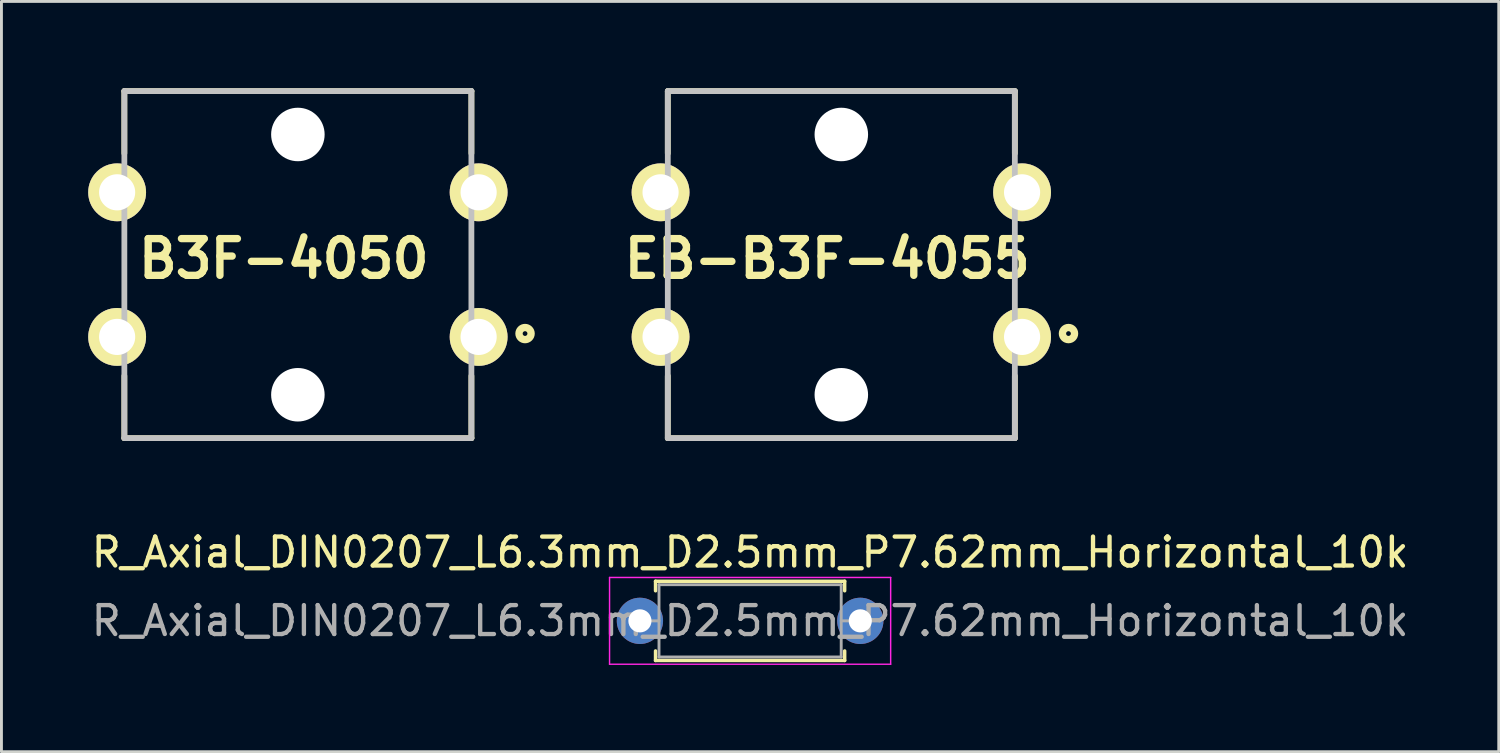
<source format=kicad_pcb>
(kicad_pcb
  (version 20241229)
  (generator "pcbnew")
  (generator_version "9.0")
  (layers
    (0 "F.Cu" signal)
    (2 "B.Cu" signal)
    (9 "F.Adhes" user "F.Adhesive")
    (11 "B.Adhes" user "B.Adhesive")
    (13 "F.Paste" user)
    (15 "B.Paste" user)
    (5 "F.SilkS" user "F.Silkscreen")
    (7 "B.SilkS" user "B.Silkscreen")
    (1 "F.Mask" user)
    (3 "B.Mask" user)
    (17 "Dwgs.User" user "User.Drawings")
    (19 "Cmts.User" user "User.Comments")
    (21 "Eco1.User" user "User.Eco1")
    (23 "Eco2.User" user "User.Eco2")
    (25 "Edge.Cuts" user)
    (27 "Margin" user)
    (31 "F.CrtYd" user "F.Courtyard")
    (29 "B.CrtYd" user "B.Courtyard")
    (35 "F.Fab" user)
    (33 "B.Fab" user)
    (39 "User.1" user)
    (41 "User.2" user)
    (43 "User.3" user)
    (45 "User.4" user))
  (footprint "R_Axial_DIN0207_L6.3mm_D2.5mm_P7.62mm_Horizontal_10k"
    (layer "F.Cu")
    (at 19.077 18.418)
    (property "Reference" "R_Axial_DIN0207_L6.3mm_D2.5mm_P7.62mm_Horizontal_10k" (at 3.81 -2.37 0) (layer "F.SilkS") (effects (font (size 1 1) (thickness 0.15))))
    (attr through_hole)
    (fp_line (start 0.54 -1.37) (end 7.08 -1.37) (stroke (width 0.12) (type solid)) (layer "F.SilkS"))
    (fp_line (start 0.54 -1.04) (end 0.54 -1.37) (stroke (width 0.12) (type solid)) (layer "F.SilkS"))
    (fp_line (start 0.54 1.04) (end 0.54 1.37) (stroke (width 0.12) (type solid)) (layer "F.SilkS"))
    (fp_line (start 0.54 1.37) (end 7.08 1.37) (stroke (width 0.12) (type solid)) (layer "F.SilkS"))
    (fp_line (start 7.08 -1.37) (end 7.08 -1.04) (stroke (width 0.12) (type solid)) (layer "F.SilkS"))
    (fp_line (start 7.08 1.37) (end 7.08 1.04) (stroke (width 0.12) (type solid)) (layer "F.SilkS"))
    (fp_line (start -1.05 -1.5) (end -1.05 1.5) (stroke (width 0.05) (type solid)) (layer "F.CrtYd"))
    (fp_line (start -1.05 1.5) (end 8.67 1.5) (stroke (width 0.05) (type solid)) (layer "F.CrtYd"))
    (fp_line (start 8.67 -1.5) (end -1.05 -1.5) (stroke (width 0.05) (type solid)) (layer "F.CrtYd"))
    (fp_line (start 8.67 1.5) (end 8.67 -1.5) (stroke (width 0.05) (type solid)) (layer "F.CrtYd"))
    (fp_line (start 0 0) (end 0.66 0) (stroke (width 0.1) (type solid)) (layer "F.Fab"))
    (fp_line (start 0.66 -1.25) (end 0.66 1.25) (stroke (width 0.1) (type solid)) (layer "F.Fab"))
    (fp_line (start 0.66 1.25) (end 6.96 1.25) (stroke (width 0.1) (type solid)) (layer "F.Fab"))
    (fp_line (start 6.96 -1.25) (end 0.66 -1.25) (stroke (width 0.1) (type solid)) (layer "F.Fab"))
    (fp_line (start 6.96 1.25) (end 6.96 -1.25) (stroke (width 0.1) (type solid)) (layer "F.Fab"))
    (fp_line (start 7.62 0) (end 6.96 0) (stroke (width 0.1) (type solid)) (layer "F.Fab"))
    (fp_text user "${REFERENCE}" (at 3.81 0 0) (layer "F.Fab") (effects (font (size 1 1) (thickness 0.15))))
    (pad "1" thru_hole circle (at 0 0) (size 1.6 1.6) (drill 0.8) (layers "*.Cu" "*.Mask"))
    (pad "2" thru_hole oval (at 7.62 0) (size 1.6 1.6) (drill 0.8) (layers "*.Cu" "*.Mask")))
  (footprint "B3F-4050"
    (layer "F.Cu")
    (at 7.25 6.1)
    (property "Reference" "B3F-4050" (at -0.488 -0.204 0) (layer "F.SilkS") (effects (font (size 1.27 1.27) (thickness 0.254))))
    (attr through_hole)
    (fp_line (start -6 -6) (end -6 -3.849) (stroke (width 0.2) (type solid)) (layer "F.SilkS"))
    (fp_line (start -6 -6) (end 6 -6) (stroke (width 0.2) (type solid)) (layer "F.SilkS"))
    (fp_line (start -6 6) (end -6 3.849) (stroke (width 0.2) (type solid)) (layer "F.SilkS"))
    (fp_line (start 6 -6) (end 6 -3.849) (stroke (width 0.2) (type solid)) (layer "F.SilkS"))
    (fp_line (start 6 6) (end -6 6) (stroke (width 0.2) (type solid)) (layer "F.SilkS"))
    (fp_line (start 6 6) (end 6 3.849) (stroke (width 0.2) (type solid)) (layer "F.SilkS"))
    (fp_circle (center 7.855 2.384) (end 7.773 2.384) (stroke (width 0.254) (type solid)) (fill no) (layer "F.SilkS"))
    (fp_line (start -6 -6) (end 6 -6) (stroke (width 0.2) (type solid)) (layer "Dwgs.User"))
    (fp_line (start -6 6) (end -6 -6) (stroke (width 0.2) (type solid)) (layer "Dwgs.User"))
    (fp_line (start 6 -6) (end 6 6) (stroke (width 0.2) (type solid)) (layer "Dwgs.User"))
    (fp_line (start 6 6) (end -6 6) (stroke (width 0.2) (type solid)) (layer "Dwgs.User"))
    (pad "" np_thru_hole circle (at 0 -4.5 90) (size 1.85 1.85) (drill 1.85) (layers "*.Cu" "*.Mask"))
    (pad "" np_thru_hole circle (at 0 4.5 90) (size 1.85 1.85) (drill 1.85) (layers "*.Cu" "*.Mask"))
    (pad "1" thru_hole circle (at 6.25 2.5 90) (size 2 2) (drill 1.25) (layers "*.Cu" "*.Mask" "F.SilkS"))
    (pad "2" thru_hole circle (at -6.25 2.5 90) (size 2 2) (drill 1.25) (layers "*.Cu" "*.Mask" "F.SilkS"))
    (pad "3" thru_hole circle (at 6.25 -2.5 90) (size 2 2) (drill 1.25) (layers "*.Cu" "*.Mask" "F.SilkS"))
    (pad "4" thru_hole circle (at -6.25 -2.5 90) (size 2 2) (drill 1.25) (layers "*.Cu" "*.Mask" "F.SilkS")))
  (footprint "EB-B3F-4055"
    (layer "F.Cu")
    (at 26.041 6.1)
    (property "Reference" "EB-B3F-4055" (at -0.488 -0.204 0) (layer "F.SilkS") (effects (font (size 1.27 1.27) (thickness 0.254))))
    (attr through_hole)
    (fp_line (start -6 -6) (end -6 -3.849) (stroke (width 0.2) (type solid)) (layer "F.SilkS"))
    (fp_line (start -6 -6) (end 6 -6) (stroke (width 0.2) (type solid)) (layer "F.SilkS"))
    (fp_line (start -6 6) (end -6 3.849) (stroke (width 0.2) (type solid)) (layer "F.SilkS"))
    (fp_line (start 6 -6) (end 6 -3.849) (stroke (width 0.2) (type solid)) (layer "F.SilkS"))
    (fp_line (start 6 6) (end -6 6) (stroke (width 0.2) (type solid)) (layer "F.SilkS"))
    (fp_line (start 6 6) (end 6 3.849) (stroke (width 0.2) (type solid)) (layer "F.SilkS"))
    (fp_circle (center 7.855 2.384) (end 7.773 2.384) (stroke (width 0.254) (type solid)) (fill no) (layer "F.SilkS"))
    (fp_line (start -6 -6) (end 6 -6) (stroke (width 0.2) (type solid)) (layer "Dwgs.User"))
    (fp_line (start -6 6) (end -6 -6) (stroke (width 0.2) (type solid)) (layer "Dwgs.User"))
    (fp_line (start 6 -6) (end 6 6) (stroke (width 0.2) (type solid)) (layer "Dwgs.User"))
    (fp_line (start 6 6) (end -6 6) (stroke (width 0.2) (type solid)) (layer "Dwgs.User"))
    (pad "" np_thru_hole circle (at 0 -4.5 90) (size 1.85 1.85) (drill 1.85) (layers "*.Cu" "*.Mask"))
    (pad "" np_thru_hole circle (at 0 4.5 90) (size 1.85 1.85) (drill 1.85) (layers "*.Cu" "*.Mask"))
    (pad "1" thru_hole circle (at 6.25 2.5 90) (size 2 2) (drill 1.25) (layers "*.Cu" "*.Mask" "F.SilkS"))
    (pad "2" thru_hole circle (at -6.25 2.5 90) (size 2 2) (drill 1.25) (layers "*.Cu" "*.Mask" "F.SilkS"))
    (pad "3" thru_hole circle (at 6.25 -2.5 90) (size 2 2) (drill 1.25) (layers "*.Cu" "*.Mask" "F.SilkS"))
    (pad "4" thru_hole circle (at -6.25 -2.5 90) (size 2 2) (drill 1.25) (layers "*.Cu" "*.Mask" "F.SilkS")))
  (gr_rect
    (start -3 -3)
    (end 48.774 22.943)
    (stroke (width 0.1) (type default))
    (fill no)
    (layer "Edge.Cuts")))
</source>
